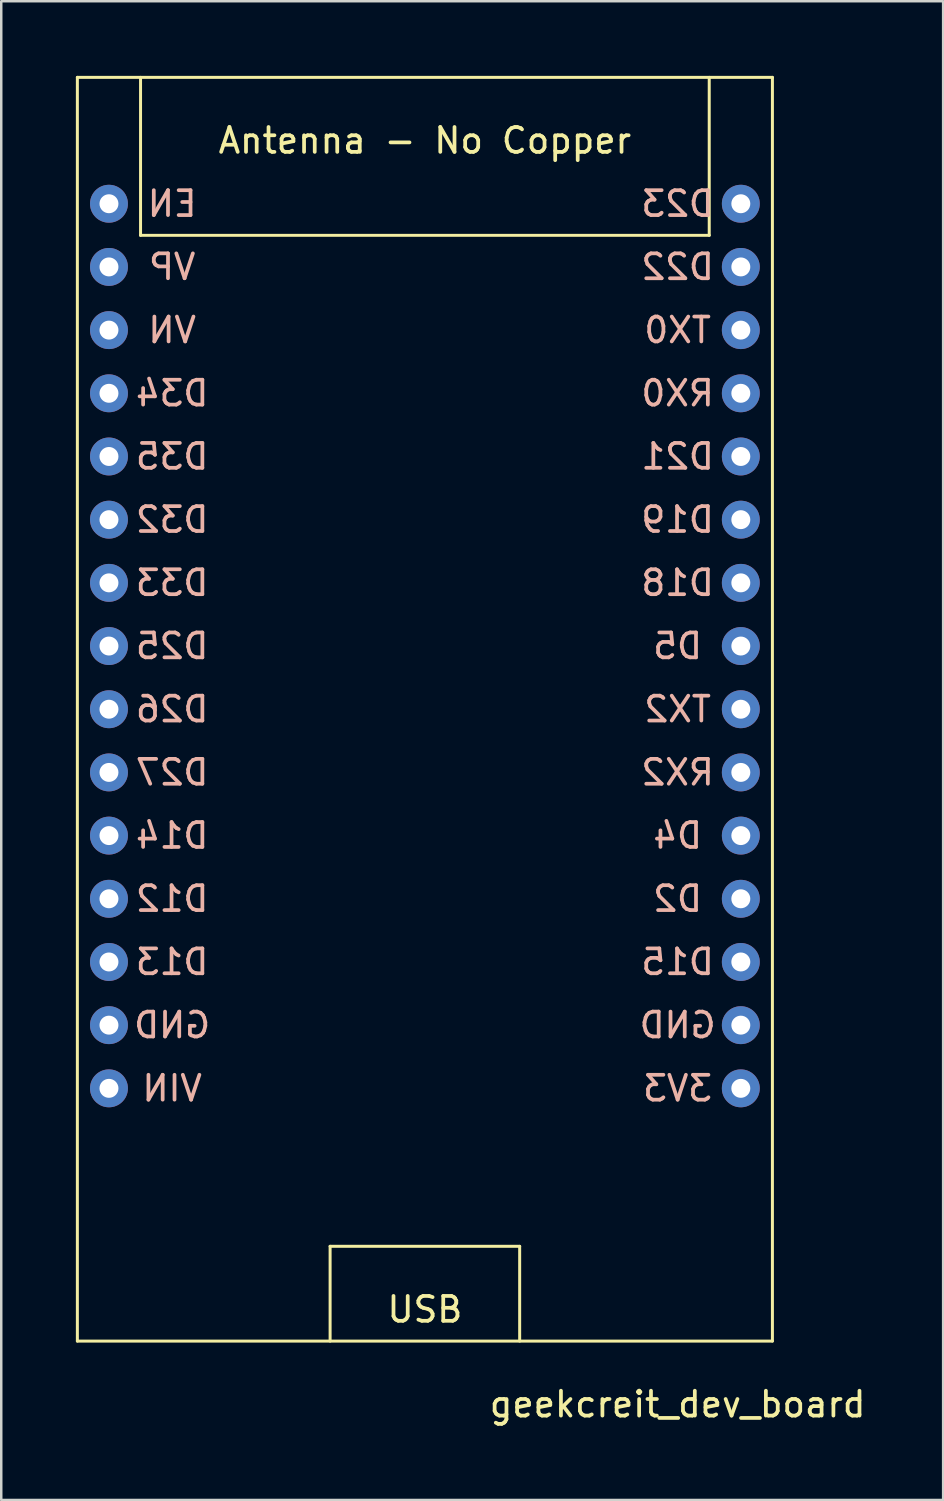
<source format=kicad_pcb>
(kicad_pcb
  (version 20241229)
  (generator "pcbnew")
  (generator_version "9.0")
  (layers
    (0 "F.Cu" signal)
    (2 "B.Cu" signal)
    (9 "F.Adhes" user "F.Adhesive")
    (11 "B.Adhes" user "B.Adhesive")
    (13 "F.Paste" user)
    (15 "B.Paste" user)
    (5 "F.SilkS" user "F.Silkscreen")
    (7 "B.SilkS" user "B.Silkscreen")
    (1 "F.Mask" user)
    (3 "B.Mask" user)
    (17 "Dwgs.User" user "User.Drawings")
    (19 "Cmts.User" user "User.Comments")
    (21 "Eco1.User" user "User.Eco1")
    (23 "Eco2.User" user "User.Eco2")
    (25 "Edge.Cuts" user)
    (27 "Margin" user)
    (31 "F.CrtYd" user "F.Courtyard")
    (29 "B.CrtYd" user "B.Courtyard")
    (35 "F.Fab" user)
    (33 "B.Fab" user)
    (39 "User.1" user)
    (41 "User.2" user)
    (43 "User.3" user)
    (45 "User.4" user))
  (footprint "geekcreit_dev_board"
    (layer "F.Cu")
    (at 14.03 22.92)
    (property "Reference" "geekcreit_dev_board" (at 10.16 30.48 0) (layer "F.SilkS") (effects (font (size 1 1) (thickness 0.15))))
    (attr through_hole)
    (fp_line (start -13.97 -22.86) (end 13.97 -22.86) (stroke (width 0.12) (type solid)) (layer "F.SilkS"))
    (fp_line (start -13.97 27.94) (end -13.97 -22.86) (stroke (width 0.12) (type solid)) (layer "F.SilkS"))
    (fp_line (start -11.43 -22.86) (end -11.43 -16.51) (stroke (width 0.12) (type solid)) (layer "F.SilkS"))
    (fp_line (start -11.43 -16.51) (end 11.43 -16.51) (stroke (width 0.12) (type solid)) (layer "F.SilkS"))
    (fp_line (start -3.81 24.13) (end -3.81 27.94) (stroke (width 0.12) (type solid)) (layer "F.SilkS"))
    (fp_line (start 3.81 24.13) (end -3.81 24.13) (stroke (width 0.12) (type solid)) (layer "F.SilkS"))
    (fp_line (start 3.81 27.94) (end 3.81 24.13) (stroke (width 0.12) (type solid)) (layer "F.SilkS"))
    (fp_line (start 11.43 -16.51) (end 11.43 -22.86) (stroke (width 0.12) (type solid)) (layer "F.SilkS"))
    (fp_line (start 13.97 -22.86) (end 13.97 27.94) (stroke (width 0.12) (type solid)) (layer "F.SilkS"))
    (fp_line (start 13.97 27.94) (end -13.97 27.94) (stroke (width 0.12) (type solid)) (layer "F.SilkS"))
    (fp_text user "Antenna - No Copper" (at 0 -20.32 0) (layer "F.SilkS") (effects (font (size 1 1) (thickness 0.15))))
    (fp_text user "USB" (at 0 26.67 0) (layer "F.SilkS") (effects (font (size 1 1) (thickness 0.15))))
    (fp_text user "VP" (at -10.16 -15.24 0) (layer "B.SilkS") (effects (font (size 1 1) (thickness 0.15)) (justify mirror)))
    (fp_text user "D5" (at 10.16 0 0) (layer "B.SilkS") (effects (font (size 1 1) (thickness 0.15)) (justify mirror)))
    (fp_text user "D26" (at -10.16 2.54 0) (layer "B.SilkS") (effects (font (size 1 1) (thickness 0.15)) (justify mirror)))
    (fp_text user "TX0" (at 10.16 -12.7 0) (layer "B.SilkS") (effects (font (size 1 1) (thickness 0.15)) (justify mirror)))
    (fp_text user "GND" (at -10.16 15.24 0) (layer "B.SilkS") (effects (font (size 1 1) (thickness 0.15)) (justify mirror)))
    (fp_text user "D13" (at -10.16 12.7 0) (layer "B.SilkS") (effects (font (size 1 1) (thickness 0.15)) (justify mirror)))
    (fp_text user "RX2" (at 10.16 5.08 0) (layer "B.SilkS") (effects (font (size 1 1) (thickness 0.15)) (justify mirror)))
    (fp_text user "RX0" (at 10.16 -10.16 0) (layer "B.SilkS") (effects (font (size 1 1) (thickness 0.15)) (justify mirror)))
    (fp_text user "EN" (at -10.16 -17.78 0) (layer "B.SilkS") (effects (font (size 1 1) (thickness 0.15)) (justify mirror)))
    (fp_text user "D25" (at -10.16 0 0) (layer "B.SilkS") (effects (font (size 1 1) (thickness 0.15)) (justify mirror)))
    (fp_text user "GND" (at 10.16 15.24 0) (layer "B.SilkS") (effects (font (size 1 1) (thickness 0.15)) (justify mirror)))
    (fp_text user "D19" (at 10.16 -5.08 0) (layer "B.SilkS") (effects (font (size 1 1) (thickness 0.15)) (justify mirror)))
    (fp_text user "3V3" (at 10.16 17.78 0) (layer "B.SilkS") (effects (font (size 1 1) (thickness 0.15)) (justify mirror)))
    (fp_text user "D33" (at -10.16 -2.54 0) (layer "B.SilkS") (effects (font (size 1 1) (thickness 0.15)) (justify mirror)))
    (fp_text user "D15" (at 10.16 12.7 0) (layer "B.SilkS") (effects (font (size 1 1) (thickness 0.15)) (justify mirror)))
    (fp_text user "TX2" (at 10.16 2.54 0) (layer "B.SilkS") (effects (font (size 1 1) (thickness 0.15)) (justify mirror)))
    (fp_text user "D18" (at 10.16 -2.54 0) (layer "B.SilkS") (effects (font (size 1 1) (thickness 0.15)) (justify mirror)))
    (fp_text user "D27" (at -10.16 5.08 0) (layer "B.SilkS") (effects (font (size 1 1) (thickness 0.15)) (justify mirror)))
    (fp_text user "D2" (at 10.16 10.16 0) (layer "B.SilkS") (effects (font (size 1 1) (thickness 0.15)) (justify mirror)))
    (fp_text user "D21" (at 10.16 -7.62 0) (layer "B.SilkS") (effects (font (size 1 1) (thickness 0.15)) (justify mirror)))
    (fp_text user "D22" (at 10.16 -15.24 0) (layer "B.SilkS") (effects (font (size 1 1) (thickness 0.15)) (justify mirror)))
    (fp_text user "VN" (at -10.16 -12.7 0) (layer "B.SilkS") (effects (font (size 1 1) (thickness 0.15)) (justify mirror)))
    (fp_text user "D14" (at -10.16 7.62 0) (layer "B.SilkS") (effects (font (size 1 1) (thickness 0.15)) (justify mirror)))
    (fp_text user "D32" (at -10.16 -5.08 0) (layer "B.SilkS") (effects (font (size 1 1) (thickness 0.15)) (justify mirror)))
    (fp_text user "D23" (at 10.16 -17.78 0) (layer "B.SilkS") (effects (font (size 1 1) (thickness 0.15)) (justify mirror)))
    (fp_text user "D34" (at -10.16 -10.16 0) (layer "B.SilkS") (effects (font (size 1 1) (thickness 0.15)) (justify mirror)))
    (fp_text user "D35" (at -10.16 -7.62 0) (layer "B.SilkS") (effects (font (size 1 1) (thickness 0.15)) (justify mirror)))
    (fp_text user "VIN" (at -10.16 17.78 0) (layer "B.SilkS") (effects (font (size 1 1) (thickness 0.15)) (justify mirror)))
    (fp_text user "D4" (at 10.16 7.62 0) (layer "B.SilkS") (effects (font (size 1 1) (thickness 0.15)) (justify mirror)))
    (fp_text user "D12" (at -10.16 10.16 0) (layer "B.SilkS") (effects (font (size 1 1) (thickness 0.15)) (justify mirror)))
    (pad "5" thru_hole circle (at -12.7 -15.24) (size 1.524 1.524) (drill 0.762) (layers "*.Cu" "*.Mask"))
    (pad "8" thru_hole circle (at -12.7 -12.7) (size 1.524 1.524) (drill 0.762) (layers "*.Cu" "*.Mask"))
    (pad "9" thru_hole circle (at -12.7 -17.78) (size 1.524 1.524) (drill 0.762) (layers "*.Cu" "*.Mask"))
    (pad "10" thru_hole circle (at -12.7 -10.16) (size 1.524 1.524) (drill 0.762) (layers "*.Cu" "*.Mask"))
    (pad "11" thru_hole circle (at -12.7 -7.62) (size 1.524 1.524) (drill 0.762) (layers "*.Cu" "*.Mask"))
    (pad "12" thru_hole circle (at -12.7 -5.08) (size 1.524 1.524) (drill 0.762) (layers "*.Cu" "*.Mask"))
    (pad "13" thru_hole circle (at -12.7 -2.54) (size 1.524 1.524) (drill 0.762) (layers "*.Cu" "*.Mask"))
    (pad "14" thru_hole circle (at -12.7 0) (size 1.524 1.524) (drill 0.762) (layers "*.Cu" "*.Mask"))
    (pad "15" thru_hole circle (at -12.7 2.54) (size 1.524 1.524) (drill 0.762) (layers "*.Cu" "*.Mask"))
    (pad "16" thru_hole circle (at -12.7 5.08) (size 1.524 1.524) (drill 0.762) (layers "*.Cu" "*.Mask"))
    (pad "17" thru_hole circle (at -12.7 7.62) (size 1.524 1.524) (drill 0.762) (layers "*.Cu" "*.Mask"))
    (pad "18" thru_hole circle (at -12.7 10.16) (size 1.524 1.524) (drill 0.762) (layers "*.Cu" "*.Mask"))
    (pad "20" thru_hole circle (at -12.7 12.7) (size 1.524 1.524) (drill 0.762) (layers "*.Cu" "*.Mask"))
    (pad "21" thru_hole circle (at 12.7 12.7) (size 1.524 1.524) (drill 0.762) (layers "*.Cu" "*.Mask"))
    (pad "22" thru_hole circle (at 12.7 10.16) (size 1.524 1.524) (drill 0.762) (layers "*.Cu" "*.Mask"))
    (pad "24" thru_hole circle (at 12.7 7.62) (size 1.524 1.524) (drill 0.762) (layers "*.Cu" "*.Mask"))
    (pad "25" thru_hole circle (at 12.7 5.08) (size 1.524 1.524) (drill 0.762) (layers "*.Cu" "*.Mask"))
    (pad "27" thru_hole circle (at 12.7 2.54) (size 1.524 1.524) (drill 0.762) (layers "*.Cu" "*.Mask"))
    (pad "34" thru_hole circle (at 12.7 0) (size 1.524 1.524) (drill 0.762) (layers "*.Cu" "*.Mask"))
    (pad "35" thru_hole circle (at 12.7 -2.54) (size 1.524 1.524) (drill 0.762) (layers "*.Cu" "*.Mask"))
    (pad "36" thru_hole circle (at 12.7 -17.78) (size 1.524 1.524) (drill 0.762) (layers "*.Cu" "*.Mask"))
    (pad "38" thru_hole circle (at 12.7 -5.08) (size 1.524 1.524) (drill 0.762) (layers "*.Cu" "*.Mask"))
    (pad "39" thru_hole circle (at 12.7 -15.24) (size 1.524 1.524) (drill 0.762) (layers "*.Cu" "*.Mask"))
    (pad "40" thru_hole circle (at 12.7 -10.16) (size 1.524 1.524) (drill 0.762) (layers "*.Cu" "*.Mask"))
    (pad "41" thru_hole circle (at 12.7 -12.7) (size 1.524 1.524) (drill 0.762) (layers "*.Cu" "*.Mask"))
    (pad "42" thru_hole circle (at 12.7 -7.62) (size 1.524 1.524) (drill 0.762) (layers "*.Cu" "*.Mask"))
    (pad "43" thru_hole circle (at 12.7 17.78) (size 1.524 1.524) (drill 0.762) (layers "*.Cu" "*.Mask"))
    (pad "49" thru_hole circle (at -12.7 15.24) (size 1.524 1.524) (drill 0.762) (layers "*.Cu" "*.Mask"))
    (pad "49" thru_hole circle (at 12.7 15.24) (size 1.524 1.524) (drill 0.762) (layers "*.Cu" "*.Mask"))
    (pad "50" thru_hole circle (at -12.7 17.78) (size 1.524 1.524) (drill 0.762) (layers "*.Cu" "*.Mask")))
  (gr_rect
    (start -3 -3)
    (end 34.863 57.248)
    (stroke (width 0.1) (type default))
    (fill no)
    (layer "Edge.Cuts")))
</source>
